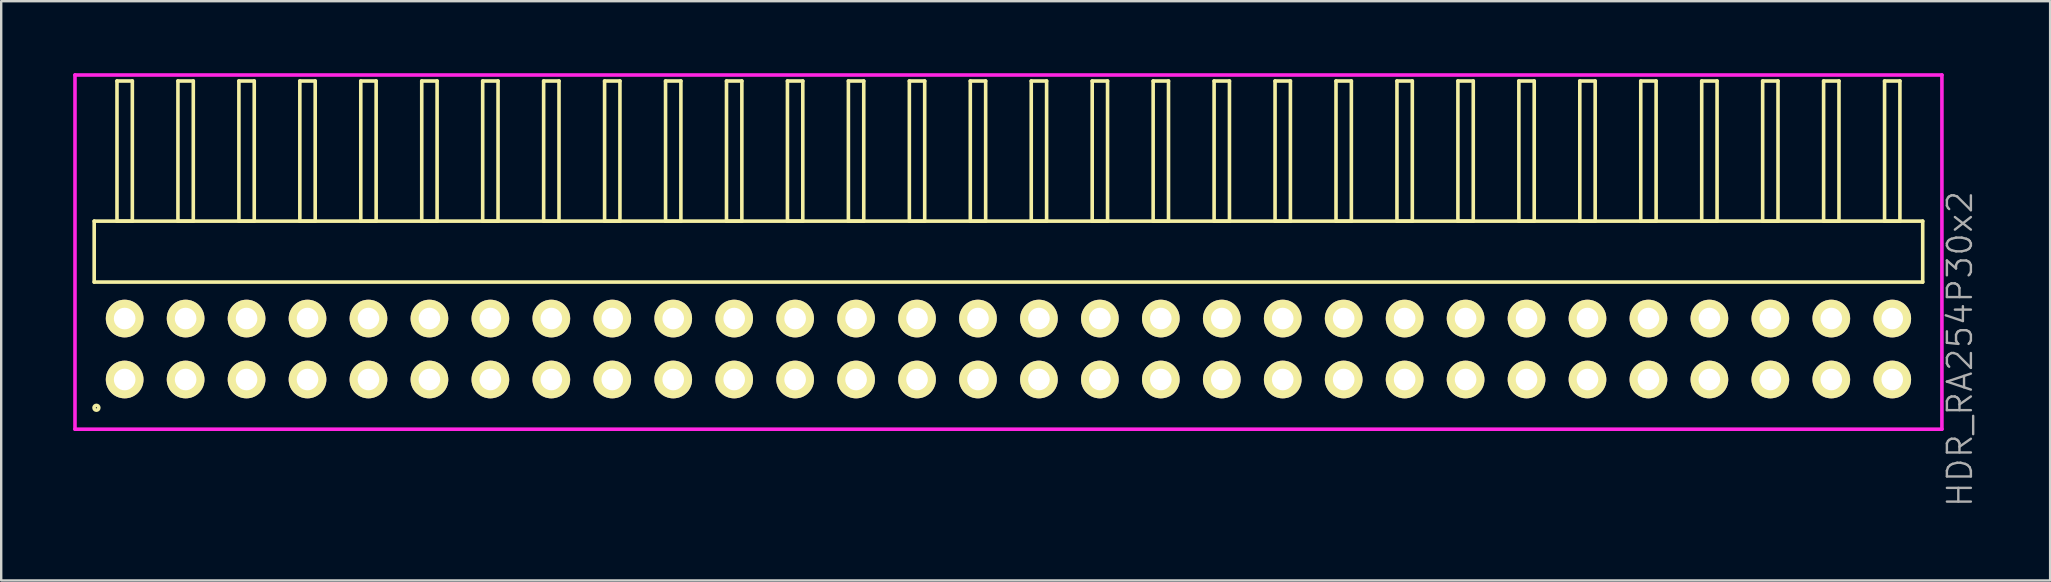
<source format=kicad_pcb>
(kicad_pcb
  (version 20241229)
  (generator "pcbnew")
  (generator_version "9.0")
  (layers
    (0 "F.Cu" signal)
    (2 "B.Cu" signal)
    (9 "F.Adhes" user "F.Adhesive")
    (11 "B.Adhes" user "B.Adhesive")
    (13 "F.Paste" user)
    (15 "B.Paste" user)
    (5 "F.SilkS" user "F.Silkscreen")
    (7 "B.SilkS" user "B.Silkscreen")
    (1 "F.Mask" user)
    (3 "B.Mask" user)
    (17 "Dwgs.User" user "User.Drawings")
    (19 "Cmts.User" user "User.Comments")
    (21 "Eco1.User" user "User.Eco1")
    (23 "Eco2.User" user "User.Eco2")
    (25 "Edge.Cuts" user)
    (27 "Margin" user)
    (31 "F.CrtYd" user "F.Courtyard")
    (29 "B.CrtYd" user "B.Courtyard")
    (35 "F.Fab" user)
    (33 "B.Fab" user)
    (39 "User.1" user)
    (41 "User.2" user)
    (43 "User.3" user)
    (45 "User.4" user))
  (footprint "HDR_RA254P30x2"
    (layer "F.Cu")
    (at 38.975 11.495)
    (property "Reference" "HDR_RA254P30x2" (at 39.65 0 90) (layer "F.Fab") (effects (font (size 1 1) (thickness 0.1))))
    (attr through_hole)
    (fp_line (start -38.1 -5.33) (end -38.1 -2.79) (stroke (width 0.15) (type solid)) (layer "F.SilkS"))
    (fp_line (start -38.1 -2.79) (end 38.1 -2.79) (stroke (width 0.15) (type solid)) (layer "F.SilkS"))
    (fp_line (start -37.15 -11.17) (end -37.15 -5.33) (stroke (width 0.15) (type solid)) (layer "F.SilkS"))
    (fp_line (start -37.15 -5.33) (end -36.51 -5.33) (stroke (width 0.15) (type solid)) (layer "F.SilkS"))
    (fp_line (start -36.51 -11.17) (end -37.15 -11.17) (stroke (width 0.15) (type solid)) (layer "F.SilkS"))
    (fp_line (start -36.51 -5.33) (end -36.51 -11.17) (stroke (width 0.15) (type solid)) (layer "F.SilkS"))
    (fp_line (start -34.61 -11.17) (end -34.61 -5.33) (stroke (width 0.15) (type solid)) (layer "F.SilkS"))
    (fp_line (start -34.61 -5.33) (end -33.97 -5.33) (stroke (width 0.15) (type solid)) (layer "F.SilkS"))
    (fp_line (start -33.97 -11.17) (end -34.61 -11.17) (stroke (width 0.15) (type solid)) (layer "F.SilkS"))
    (fp_line (start -33.97 -5.33) (end -33.97 -11.17) (stroke (width 0.15) (type solid)) (layer "F.SilkS"))
    (fp_line (start -32.07 -11.17) (end -32.07 -5.33) (stroke (width 0.15) (type solid)) (layer "F.SilkS"))
    (fp_line (start -32.07 -5.33) (end -31.43 -5.33) (stroke (width 0.15) (type solid)) (layer "F.SilkS"))
    (fp_line (start -31.43 -11.17) (end -32.07 -11.17) (stroke (width 0.15) (type solid)) (layer "F.SilkS"))
    (fp_line (start -31.43 -5.33) (end -31.43 -11.17) (stroke (width 0.15) (type solid)) (layer "F.SilkS"))
    (fp_line (start -29.53 -11.17) (end -29.53 -5.33) (stroke (width 0.15) (type solid)) (layer "F.SilkS"))
    (fp_line (start -29.53 -5.33) (end -28.89 -5.33) (stroke (width 0.15) (type solid)) (layer "F.SilkS"))
    (fp_line (start -28.89 -11.17) (end -29.53 -11.17) (stroke (width 0.15) (type solid)) (layer "F.SilkS"))
    (fp_line (start -28.89 -5.33) (end -28.89 -11.17) (stroke (width 0.15) (type solid)) (layer "F.SilkS"))
    (fp_line (start -26.99 -11.17) (end -26.99 -5.33) (stroke (width 0.15) (type solid)) (layer "F.SilkS"))
    (fp_line (start -26.99 -5.33) (end -26.35 -5.33) (stroke (width 0.15) (type solid)) (layer "F.SilkS"))
    (fp_line (start -26.35 -11.17) (end -26.99 -11.17) (stroke (width 0.15) (type solid)) (layer "F.SilkS"))
    (fp_line (start -26.35 -5.33) (end -26.35 -11.17) (stroke (width 0.15) (type solid)) (layer "F.SilkS"))
    (fp_line (start -24.45 -11.17) (end -24.45 -5.33) (stroke (width 0.15) (type solid)) (layer "F.SilkS"))
    (fp_line (start -24.45 -5.33) (end -23.81 -5.33) (stroke (width 0.15) (type solid)) (layer "F.SilkS"))
    (fp_line (start -23.81 -11.17) (end -24.45 -11.17) (stroke (width 0.15) (type solid)) (layer "F.SilkS"))
    (fp_line (start -23.81 -5.33) (end -23.81 -11.17) (stroke (width 0.15) (type solid)) (layer "F.SilkS"))
    (fp_line (start -21.91 -11.17) (end -21.91 -5.33) (stroke (width 0.15) (type solid)) (layer "F.SilkS"))
    (fp_line (start -21.91 -5.33) (end -21.27 -5.33) (stroke (width 0.15) (type solid)) (layer "F.SilkS"))
    (fp_line (start -21.27 -11.17) (end -21.91 -11.17) (stroke (width 0.15) (type solid)) (layer "F.SilkS"))
    (fp_line (start -21.27 -5.33) (end -21.27 -11.17) (stroke (width 0.15) (type solid)) (layer "F.SilkS"))
    (fp_line (start -19.37 -11.17) (end -19.37 -5.33) (stroke (width 0.15) (type solid)) (layer "F.SilkS"))
    (fp_line (start -19.37 -5.33) (end -18.73 -5.33) (stroke (width 0.15) (type solid)) (layer "F.SilkS"))
    (fp_line (start -18.73 -11.17) (end -19.37 -11.17) (stroke (width 0.15) (type solid)) (layer "F.SilkS"))
    (fp_line (start -18.73 -5.33) (end -18.73 -11.17) (stroke (width 0.15) (type solid)) (layer "F.SilkS"))
    (fp_line (start -16.83 -11.17) (end -16.83 -5.33) (stroke (width 0.15) (type solid)) (layer "F.SilkS"))
    (fp_line (start -16.83 -5.33) (end -16.19 -5.33) (stroke (width 0.15) (type solid)) (layer "F.SilkS"))
    (fp_line (start -16.19 -11.17) (end -16.83 -11.17) (stroke (width 0.15) (type solid)) (layer "F.SilkS"))
    (fp_line (start -16.19 -5.33) (end -16.19 -11.17) (stroke (width 0.15) (type solid)) (layer "F.SilkS"))
    (fp_line (start -14.29 -11.17) (end -14.29 -5.33) (stroke (width 0.15) (type solid)) (layer "F.SilkS"))
    (fp_line (start -14.29 -5.33) (end -13.65 -5.33) (stroke (width 0.15) (type solid)) (layer "F.SilkS"))
    (fp_line (start -13.65 -11.17) (end -14.29 -11.17) (stroke (width 0.15) (type solid)) (layer "F.SilkS"))
    (fp_line (start -13.65 -5.33) (end -13.65 -11.17) (stroke (width 0.15) (type solid)) (layer "F.SilkS"))
    (fp_line (start -11.75 -11.17) (end -11.75 -5.33) (stroke (width 0.15) (type solid)) (layer "F.SilkS"))
    (fp_line (start -11.75 -5.33) (end -11.11 -5.33) (stroke (width 0.15) (type solid)) (layer "F.SilkS"))
    (fp_line (start -11.11 -11.17) (end -11.75 -11.17) (stroke (width 0.15) (type solid)) (layer "F.SilkS"))
    (fp_line (start -11.11 -5.33) (end -11.11 -11.17) (stroke (width 0.15) (type solid)) (layer "F.SilkS"))
    (fp_line (start -9.21 -11.17) (end -9.21 -5.33) (stroke (width 0.15) (type solid)) (layer "F.SilkS"))
    (fp_line (start -9.21 -5.33) (end -8.57 -5.33) (stroke (width 0.15) (type solid)) (layer "F.SilkS"))
    (fp_line (start -8.57 -11.17) (end -9.21 -11.17) (stroke (width 0.15) (type solid)) (layer "F.SilkS"))
    (fp_line (start -8.57 -5.33) (end -8.57 -11.17) (stroke (width 0.15) (type solid)) (layer "F.SilkS"))
    (fp_line (start -6.67 -11.17) (end -6.67 -5.33) (stroke (width 0.15) (type solid)) (layer "F.SilkS"))
    (fp_line (start -6.67 -5.33) (end -6.03 -5.33) (stroke (width 0.15) (type solid)) (layer "F.SilkS"))
    (fp_line (start -6.03 -11.17) (end -6.67 -11.17) (stroke (width 0.15) (type solid)) (layer "F.SilkS"))
    (fp_line (start -6.03 -5.33) (end -6.03 -11.17) (stroke (width 0.15) (type solid)) (layer "F.SilkS"))
    (fp_line (start -4.13 -11.17) (end -4.13 -5.33) (stroke (width 0.15) (type solid)) (layer "F.SilkS"))
    (fp_line (start -4.13 -5.33) (end -3.49 -5.33) (stroke (width 0.15) (type solid)) (layer "F.SilkS"))
    (fp_line (start -3.49 -11.17) (end -4.13 -11.17) (stroke (width 0.15) (type solid)) (layer "F.SilkS"))
    (fp_line (start -3.49 -5.33) (end -3.49 -11.17) (stroke (width 0.15) (type solid)) (layer "F.SilkS"))
    (fp_line (start -1.59 -11.17) (end -1.59 -5.33) (stroke (width 0.15) (type solid)) (layer "F.SilkS"))
    (fp_line (start -1.59 -5.33) (end -0.95 -5.33) (stroke (width 0.15) (type solid)) (layer "F.SilkS"))
    (fp_line (start -0.95 -11.17) (end -1.59 -11.17) (stroke (width 0.15) (type solid)) (layer "F.SilkS"))
    (fp_line (start -0.95 -5.33) (end -0.95 -11.17) (stroke (width 0.15) (type solid)) (layer "F.SilkS"))
    (fp_line (start 0.95 -11.17) (end 0.95 -5.33) (stroke (width 0.15) (type solid)) (layer "F.SilkS"))
    (fp_line (start 0.95 -5.33) (end 1.59 -5.33) (stroke (width 0.15) (type solid)) (layer "F.SilkS"))
    (fp_line (start 1.59 -11.17) (end 0.95 -11.17) (stroke (width 0.15) (type solid)) (layer "F.SilkS"))
    (fp_line (start 1.59 -5.33) (end 1.59 -11.17) (stroke (width 0.15) (type solid)) (layer "F.SilkS"))
    (fp_line (start 3.49 -11.17) (end 3.49 -5.33) (stroke (width 0.15) (type solid)) (layer "F.SilkS"))
    (fp_line (start 3.49 -5.33) (end 4.13 -5.33) (stroke (width 0.15) (type solid)) (layer "F.SilkS"))
    (fp_line (start 4.13 -11.17) (end 3.49 -11.17) (stroke (width 0.15) (type solid)) (layer "F.SilkS"))
    (fp_line (start 4.13 -5.33) (end 4.13 -11.17) (stroke (width 0.15) (type solid)) (layer "F.SilkS"))
    (fp_line (start 6.03 -11.17) (end 6.03 -5.33) (stroke (width 0.15) (type solid)) (layer "F.SilkS"))
    (fp_line (start 6.03 -5.33) (end 6.67 -5.33) (stroke (width 0.15) (type solid)) (layer "F.SilkS"))
    (fp_line (start 6.67 -11.17) (end 6.03 -11.17) (stroke (width 0.15) (type solid)) (layer "F.SilkS"))
    (fp_line (start 6.67 -5.33) (end 6.67 -11.17) (stroke (width 0.15) (type solid)) (layer "F.SilkS"))
    (fp_line (start 8.57 -11.17) (end 8.57 -5.33) (stroke (width 0.15) (type solid)) (layer "F.SilkS"))
    (fp_line (start 8.57 -5.33) (end 9.21 -5.33) (stroke (width 0.15) (type solid)) (layer "F.SilkS"))
    (fp_line (start 9.21 -11.17) (end 8.57 -11.17) (stroke (width 0.15) (type solid)) (layer "F.SilkS"))
    (fp_line (start 9.21 -5.33) (end 9.21 -11.17) (stroke (width 0.15) (type solid)) (layer "F.SilkS"))
    (fp_line (start 11.11 -11.17) (end 11.11 -5.33) (stroke (width 0.15) (type solid)) (layer "F.SilkS"))
    (fp_line (start 11.11 -5.33) (end 11.75 -5.33) (stroke (width 0.15) (type solid)) (layer "F.SilkS"))
    (fp_line (start 11.75 -11.17) (end 11.11 -11.17) (stroke (width 0.15) (type solid)) (layer "F.SilkS"))
    (fp_line (start 11.75 -5.33) (end 11.75 -11.17) (stroke (width 0.15) (type solid)) (layer "F.SilkS"))
    (fp_line (start 13.65 -11.17) (end 13.65 -5.33) (stroke (width 0.15) (type solid)) (layer "F.SilkS"))
    (fp_line (start 13.65 -5.33) (end 14.29 -5.33) (stroke (width 0.15) (type solid)) (layer "F.SilkS"))
    (fp_line (start 14.29 -11.17) (end 13.65 -11.17) (stroke (width 0.15) (type solid)) (layer "F.SilkS"))
    (fp_line (start 14.29 -5.33) (end 14.29 -11.17) (stroke (width 0.15) (type solid)) (layer "F.SilkS"))
    (fp_line (start 16.19 -11.17) (end 16.19 -5.33) (stroke (width 0.15) (type solid)) (layer "F.SilkS"))
    (fp_line (start 16.19 -5.33) (end 16.83 -5.33) (stroke (width 0.15) (type solid)) (layer "F.SilkS"))
    (fp_line (start 16.83 -11.17) (end 16.19 -11.17) (stroke (width 0.15) (type solid)) (layer "F.SilkS"))
    (fp_line (start 16.83 -5.33) (end 16.83 -11.17) (stroke (width 0.15) (type solid)) (layer "F.SilkS"))
    (fp_line (start 18.73 -11.17) (end 18.73 -5.33) (stroke (width 0.15) (type solid)) (layer "F.SilkS"))
    (fp_line (start 18.73 -5.33) (end 19.37 -5.33) (stroke (width 0.15) (type solid)) (layer "F.SilkS"))
    (fp_line (start 19.37 -11.17) (end 18.73 -11.17) (stroke (width 0.15) (type solid)) (layer "F.SilkS"))
    (fp_line (start 19.37 -5.33) (end 19.37 -11.17) (stroke (width 0.15) (type solid)) (layer "F.SilkS"))
    (fp_line (start 21.27 -11.17) (end 21.27 -5.33) (stroke (width 0.15) (type solid)) (layer "F.SilkS"))
    (fp_line (start 21.27 -5.33) (end 21.91 -5.33) (stroke (width 0.15) (type solid)) (layer "F.SilkS"))
    (fp_line (start 21.91 -11.17) (end 21.27 -11.17) (stroke (width 0.15) (type solid)) (layer "F.SilkS"))
    (fp_line (start 21.91 -5.33) (end 21.91 -11.17) (stroke (width 0.15) (type solid)) (layer "F.SilkS"))
    (fp_line (start 23.81 -11.17) (end 23.81 -5.33) (stroke (width 0.15) (type solid)) (layer "F.SilkS"))
    (fp_line (start 23.81 -5.33) (end 24.45 -5.33) (stroke (width 0.15) (type solid)) (layer "F.SilkS"))
    (fp_line (start 24.45 -11.17) (end 23.81 -11.17) (stroke (width 0.15) (type solid)) (layer "F.SilkS"))
    (fp_line (start 24.45 -5.33) (end 24.45 -11.17) (stroke (width 0.15) (type solid)) (layer "F.SilkS"))
    (fp_line (start 26.35 -11.17) (end 26.35 -5.33) (stroke (width 0.15) (type solid)) (layer "F.SilkS"))
    (fp_line (start 26.35 -5.33) (end 26.99 -5.33) (stroke (width 0.15) (type solid)) (layer "F.SilkS"))
    (fp_line (start 26.99 -11.17) (end 26.35 -11.17) (stroke (width 0.15) (type solid)) (layer "F.SilkS"))
    (fp_line (start 26.99 -5.33) (end 26.99 -11.17) (stroke (width 0.15) (type solid)) (layer "F.SilkS"))
    (fp_line (start 28.89 -11.17) (end 28.89 -5.33) (stroke (width 0.15) (type solid)) (layer "F.SilkS"))
    (fp_line (start 28.89 -5.33) (end 29.53 -5.33) (stroke (width 0.15) (type solid)) (layer "F.SilkS"))
    (fp_line (start 29.53 -11.17) (end 28.89 -11.17) (stroke (width 0.15) (type solid)) (layer "F.SilkS"))
    (fp_line (start 29.53 -5.33) (end 29.53 -11.17) (stroke (width 0.15) (type solid)) (layer "F.SilkS"))
    (fp_line (start 31.43 -11.17) (end 31.43 -5.33) (stroke (width 0.15) (type solid)) (layer "F.SilkS"))
    (fp_line (start 31.43 -5.33) (end 32.07 -5.33) (stroke (width 0.15) (type solid)) (layer "F.SilkS"))
    (fp_line (start 32.07 -11.17) (end 31.43 -11.17) (stroke (width 0.15) (type solid)) (layer "F.SilkS"))
    (fp_line (start 32.07 -5.33) (end 32.07 -11.17) (stroke (width 0.15) (type solid)) (layer "F.SilkS"))
    (fp_line (start 33.97 -11.17) (end 33.97 -5.33) (stroke (width 0.15) (type solid)) (layer "F.SilkS"))
    (fp_line (start 33.97 -5.33) (end 34.61 -5.33) (stroke (width 0.15) (type solid)) (layer "F.SilkS"))
    (fp_line (start 34.61 -11.17) (end 33.97 -11.17) (stroke (width 0.15) (type solid)) (layer "F.SilkS"))
    (fp_line (start 34.61 -5.33) (end 34.61 -11.17) (stroke (width 0.15) (type solid)) (layer "F.SilkS"))
    (fp_line (start 36.51 -11.17) (end 36.51 -5.33) (stroke (width 0.15) (type solid)) (layer "F.SilkS"))
    (fp_line (start 36.51 -5.33) (end 37.15 -5.33) (stroke (width 0.15) (type solid)) (layer "F.SilkS"))
    (fp_line (start 37.15 -11.17) (end 36.51 -11.17) (stroke (width 0.15) (type solid)) (layer "F.SilkS"))
    (fp_line (start 37.15 -5.33) (end 37.15 -11.17) (stroke (width 0.15) (type solid)) (layer "F.SilkS"))
    (fp_line (start 38.1 -5.33) (end -38.1 -5.33) (stroke (width 0.15) (type solid)) (layer "F.SilkS"))
    (fp_line (start 38.1 -2.79) (end 38.1 -5.33) (stroke (width 0.15) (type solid)) (layer "F.SilkS"))
    (fp_circle (center -38.007 2.448) (end -37.907 2.448) (stroke (width 0.15) (type solid)) (fill no) (layer "F.SilkS"))
    (fp_line (start -38.9 -11.42) (end -38.9 3.34) (stroke (width 0.15) (type solid)) (layer "F.CrtYd"))
    (fp_line (start -38.9 3.34) (end 38.9 3.34) (stroke (width 0.15) (type solid)) (layer "F.CrtYd"))
    (fp_line (start 38.9 -11.42) (end -38.9 -11.42) (stroke (width 0.15) (type solid)) (layer "F.CrtYd"))
    (fp_line (start 38.9 3.34) (end 38.9 -11.42) (stroke (width 0.15) (type solid)) (layer "F.CrtYd"))
    (pad "1" thru_hole oval (at -36.83 1.27) (size 1.57 1.57) (drill 0.9) (layers "*.Cu" "*.Mask" "F.SilkS"))
    (pad "2" thru_hole oval (at -36.83 -1.27) (size 1.57 1.57) (drill 0.9) (layers "*.Cu" "*.Mask" "F.SilkS"))
    (pad "3" thru_hole oval (at -34.29 1.27) (size 1.57 1.57) (drill 0.9) (layers "*.Cu" "*.Mask" "F.SilkS"))
    (pad "4" thru_hole oval (at -34.29 -1.27) (size 1.57 1.57) (drill 0.9) (layers "*.Cu" "*.Mask" "F.SilkS"))
    (pad "5" thru_hole oval (at -31.75 1.27) (size 1.57 1.57) (drill 0.9) (layers "*.Cu" "*.Mask" "F.SilkS"))
    (pad "6" thru_hole oval (at -31.75 -1.27) (size 1.57 1.57) (drill 0.9) (layers "*.Cu" "*.Mask" "F.SilkS"))
    (pad "7" thru_hole oval (at -29.21 1.27) (size 1.57 1.57) (drill 0.9) (layers "*.Cu" "*.Mask" "F.SilkS"))
    (pad "8" thru_hole oval (at -29.21 -1.27) (size 1.57 1.57) (drill 0.9) (layers "*.Cu" "*.Mask" "F.SilkS"))
    (pad "9" thru_hole oval (at -26.67 1.27) (size 1.57 1.57) (drill 0.9) (layers "*.Cu" "*.Mask" "F.SilkS"))
    (pad "10" thru_hole oval (at -26.67 -1.27) (size 1.57 1.57) (drill 0.9) (layers "*.Cu" "*.Mask" "F.SilkS"))
    (pad "11" thru_hole oval (at -24.13 1.27) (size 1.57 1.57) (drill 0.9) (layers "*.Cu" "*.Mask" "F.SilkS"))
    (pad "12" thru_hole oval (at -24.13 -1.27) (size 1.57 1.57) (drill 0.9) (layers "*.Cu" "*.Mask" "F.SilkS"))
    (pad "13" thru_hole oval (at -21.59 1.27) (size 1.57 1.57) (drill 0.9) (layers "*.Cu" "*.Mask" "F.SilkS"))
    (pad "14" thru_hole oval (at -21.59 -1.27) (size 1.57 1.57) (drill 0.9) (layers "*.Cu" "*.Mask" "F.SilkS"))
    (pad "15" thru_hole oval (at -19.05 1.27) (size 1.57 1.57) (drill 0.9) (layers "*.Cu" "*.Mask" "F.SilkS"))
    (pad "16" thru_hole oval (at -19.05 -1.27) (size 1.57 1.57) (drill 0.9) (layers "*.Cu" "*.Mask" "F.SilkS"))
    (pad "17" thru_hole oval (at -16.51 1.27) (size 1.57 1.57) (drill 0.9) (layers "*.Cu" "*.Mask" "F.SilkS"))
    (pad "18" thru_hole oval (at -16.51 -1.27) (size 1.57 1.57) (drill 0.9) (layers "*.Cu" "*.Mask" "F.SilkS"))
    (pad "19" thru_hole oval (at -13.97 1.27) (size 1.57 1.57) (drill 0.9) (layers "*.Cu" "*.Mask" "F.SilkS"))
    (pad "20" thru_hole oval (at -13.97 -1.27) (size 1.57 1.57) (drill 0.9) (layers "*.Cu" "*.Mask" "F.SilkS"))
    (pad "21" thru_hole oval (at -11.43 1.27) (size 1.57 1.57) (drill 0.9) (layers "*.Cu" "*.Mask" "F.SilkS"))
    (pad "22" thru_hole oval (at -11.43 -1.27) (size 1.57 1.57) (drill 0.9) (layers "*.Cu" "*.Mask" "F.SilkS"))
    (pad "23" thru_hole oval (at -8.89 1.27) (size 1.57 1.57) (drill 0.9) (layers "*.Cu" "*.Mask" "F.SilkS"))
    (pad "24" thru_hole oval (at -8.89 -1.27) (size 1.57 1.57) (drill 0.9) (layers "*.Cu" "*.Mask" "F.SilkS"))
    (pad "25" thru_hole oval (at -6.35 1.27) (size 1.57 1.57) (drill 0.9) (layers "*.Cu" "*.Mask" "F.SilkS"))
    (pad "26" thru_hole oval (at -6.35 -1.27) (size 1.57 1.57) (drill 0.9) (layers "*.Cu" "*.Mask" "F.SilkS"))
    (pad "27" thru_hole oval (at -3.81 1.27) (size 1.57 1.57) (drill 0.9) (layers "*.Cu" "*.Mask" "F.SilkS"))
    (pad "28" thru_hole oval (at -3.81 -1.27) (size 1.57 1.57) (drill 0.9) (layers "*.Cu" "*.Mask" "F.SilkS"))
    (pad "29" thru_hole oval (at -1.27 1.27) (size 1.57 1.57) (drill 0.9) (layers "*.Cu" "*.Mask" "F.SilkS"))
    (pad "30" thru_hole oval (at -1.27 -1.27) (size 1.57 1.57) (drill 0.9) (layers "*.Cu" "*.Mask" "F.SilkS"))
    (pad "31" thru_hole oval (at 1.27 1.27) (size 1.57 1.57) (drill 0.9) (layers "*.Cu" "*.Mask" "F.SilkS"))
    (pad "32" thru_hole oval (at 1.27 -1.27) (size 1.57 1.57) (drill 0.9) (layers "*.Cu" "*.Mask" "F.SilkS"))
    (pad "33" thru_hole oval (at 3.81 1.27) (size 1.57 1.57) (drill 0.9) (layers "*.Cu" "*.Mask" "F.SilkS"))
    (pad "34" thru_hole oval (at 3.81 -1.27) (size 1.57 1.57) (drill 0.9) (layers "*.Cu" "*.Mask" "F.SilkS"))
    (pad "35" thru_hole oval (at 6.35 1.27) (size 1.57 1.57) (drill 0.9) (layers "*.Cu" "*.Mask" "F.SilkS"))
    (pad "36" thru_hole oval (at 6.35 -1.27) (size 1.57 1.57) (drill 0.9) (layers "*.Cu" "*.Mask" "F.SilkS"))
    (pad "37" thru_hole oval (at 8.89 1.27) (size 1.57 1.57) (drill 0.9) (layers "*.Cu" "*.Mask" "F.SilkS"))
    (pad "38" thru_hole oval (at 8.89 -1.27) (size 1.57 1.57) (drill 0.9) (layers "*.Cu" "*.Mask" "F.SilkS"))
    (pad "39" thru_hole oval (at 11.43 1.27) (size 1.57 1.57) (drill 0.9) (layers "*.Cu" "*.Mask" "F.SilkS"))
    (pad "40" thru_hole oval (at 11.43 -1.27) (size 1.57 1.57) (drill 0.9) (layers "*.Cu" "*.Mask" "F.SilkS"))
    (pad "41" thru_hole oval (at 13.97 1.27) (size 1.57 1.57) (drill 0.9) (layers "*.Cu" "*.Mask" "F.SilkS"))
    (pad "42" thru_hole oval (at 13.97 -1.27) (size 1.57 1.57) (drill 0.9) (layers "*.Cu" "*.Mask" "F.SilkS"))
    (pad "43" thru_hole oval (at 16.51 1.27) (size 1.57 1.57) (drill 0.9) (layers "*.Cu" "*.Mask" "F.SilkS"))
    (pad "44" thru_hole oval (at 16.51 -1.27) (size 1.57 1.57) (drill 0.9) (layers "*.Cu" "*.Mask" "F.SilkS"))
    (pad "45" thru_hole oval (at 19.05 1.27) (size 1.57 1.57) (drill 0.9) (layers "*.Cu" "*.Mask" "F.SilkS"))
    (pad "46" thru_hole oval (at 19.05 -1.27) (size 1.57 1.57) (drill 0.9) (layers "*.Cu" "*.Mask" "F.SilkS"))
    (pad "47" thru_hole oval (at 21.59 1.27) (size 1.57 1.57) (drill 0.9) (layers "*.Cu" "*.Mask" "F.SilkS"))
    (pad "48" thru_hole oval (at 21.59 -1.27) (size 1.57 1.57) (drill 0.9) (layers "*.Cu" "*.Mask" "F.SilkS"))
    (pad "49" thru_hole oval (at 24.13 1.27) (size 1.57 1.57) (drill 0.9) (layers "*.Cu" "*.Mask" "F.SilkS"))
    (pad "50" thru_hole oval (at 24.13 -1.27) (size 1.57 1.57) (drill 0.9) (layers "*.Cu" "*.Mask" "F.SilkS"))
    (pad "51" thru_hole oval (at 26.67 1.27) (size 1.57 1.57) (drill 0.9) (layers "*.Cu" "*.Mask" "F.SilkS"))
    (pad "52" thru_hole oval (at 26.67 -1.27) (size 1.57 1.57) (drill 0.9) (layers "*.Cu" "*.Mask" "F.SilkS"))
    (pad "53" thru_hole oval (at 29.21 1.27) (size 1.57 1.57) (drill 0.9) (layers "*.Cu" "*.Mask" "F.SilkS"))
    (pad "54" thru_hole oval (at 29.21 -1.27) (size 1.57 1.57) (drill 0.9) (layers "*.Cu" "*.Mask" "F.SilkS"))
    (pad "55" thru_hole oval (at 31.75 1.27) (size 1.57 1.57) (drill 0.9) (layers "*.Cu" "*.Mask" "F.SilkS"))
    (pad "56" thru_hole oval (at 31.75 -1.27) (size 1.57 1.57) (drill 0.9) (layers "*.Cu" "*.Mask" "F.SilkS"))
    (pad "57" thru_hole oval (at 34.29 1.27) (size 1.57 1.57) (drill 0.9) (layers "*.Cu" "*.Mask" "F.SilkS"))
    (pad "58" thru_hole oval (at 34.29 -1.27) (size 1.57 1.57) (drill 0.9) (layers "*.Cu" "*.Mask" "F.SilkS"))
    (pad "59" thru_hole oval (at 36.83 1.27) (size 1.57 1.57) (drill 0.9) (layers "*.Cu" "*.Mask" "F.SilkS"))
    (pad "60" thru_hole oval (at 36.83 -1.27) (size 1.57 1.57) (drill 0.9) (layers "*.Cu" "*.Mask" "F.SilkS")))
  (gr_rect
    (start -3 -3)
    (end 82.385 21.14)
    (stroke (width 0.1) (type default))
    (fill no)
    (layer "Edge.Cuts")))
</source>
